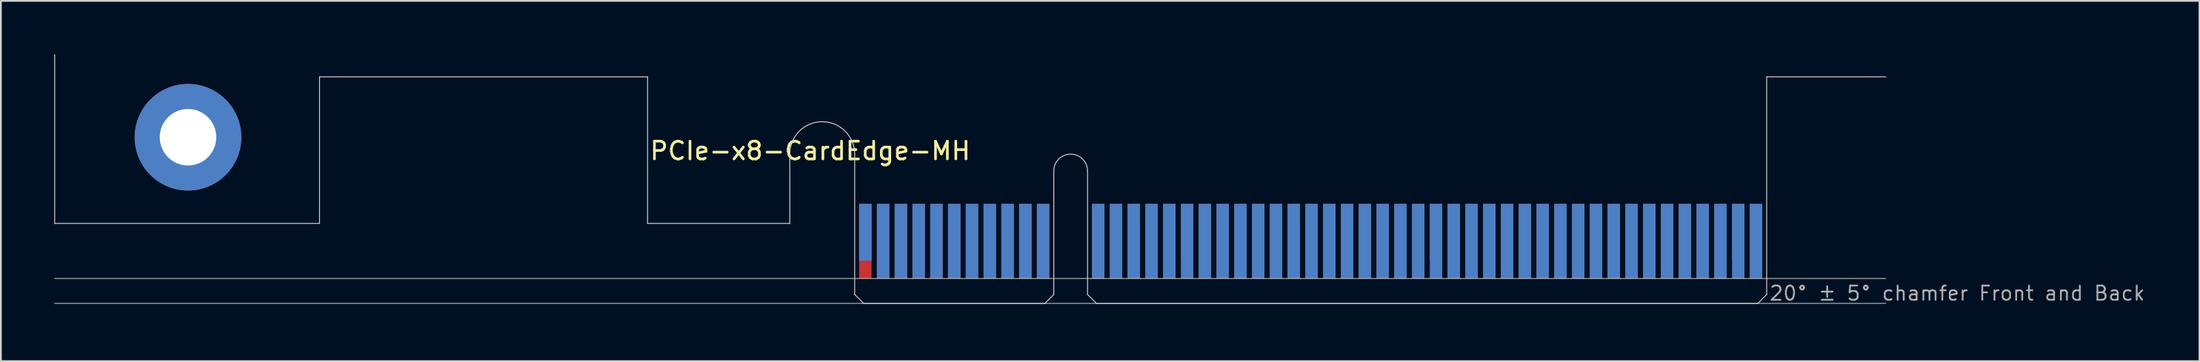
<source format=kicad_pcb>
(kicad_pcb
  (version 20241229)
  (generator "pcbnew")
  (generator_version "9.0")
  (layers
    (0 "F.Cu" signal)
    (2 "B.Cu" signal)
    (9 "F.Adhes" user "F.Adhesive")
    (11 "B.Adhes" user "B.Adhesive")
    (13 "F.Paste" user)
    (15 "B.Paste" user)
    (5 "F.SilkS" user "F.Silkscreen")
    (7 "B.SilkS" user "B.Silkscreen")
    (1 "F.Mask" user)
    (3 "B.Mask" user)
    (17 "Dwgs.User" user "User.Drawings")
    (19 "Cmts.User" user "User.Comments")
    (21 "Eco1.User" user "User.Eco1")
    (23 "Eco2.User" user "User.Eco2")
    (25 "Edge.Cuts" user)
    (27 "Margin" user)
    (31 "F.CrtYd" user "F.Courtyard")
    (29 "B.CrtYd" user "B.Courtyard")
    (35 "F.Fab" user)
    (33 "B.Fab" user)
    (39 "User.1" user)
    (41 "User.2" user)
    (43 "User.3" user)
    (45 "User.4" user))
  (footprint "PCIe-x8-CardEdge-MH"
    (layer "F.Cu")
    (at 45.025 14.025)
    (property "Reference" "PCIe-x8-CardEdge-MH" (at -11.6 -8 0) (layer "F.SilkS") (effects (font (size 1 1) (thickness 0.15)) (justify left bottom)))
    (attr exclude_from_pos_files exclude_from_bom)
    (fp_poly (pts (xy -3.65 -4.5) (xy -11.65 -4.5) (xy -11.65 -7.95) (xy -3.65 -7.95)) (stroke (width 0.1) (type solid)) (fill yes) (layer "F.Mask"))
    (fp_poly (pts (xy 11.2 -5.45) (xy 0 -5.45) (xy 0 0) (xy 11.2 0)) (stroke (width 0.1) (type solid)) (fill yes) (layer "F.Mask"))
    (fp_poly (pts (xy 51.3 -5.45) (xy 13.1 -5.45) (xy 13.1 0) (xy 51.3 0)) (stroke (width 0.1) (type solid)) (fill yes) (layer "F.Mask"))
    (fp_poly (pts (xy -3.65 -7.95) (xy -11.65 -7.95) (xy -11.65 -4.5) (xy -3.65 -4.5)) (stroke (width 0.1) (type solid)) (fill yes) (layer "B.Mask"))
    (fp_poly (pts (xy 11.2 0) (xy 0 0) (xy 0 -5.45) (xy 11.2 -5.45)) (stroke (width 0.1) (type solid)) (fill yes) (layer "B.Mask"))
    (fp_poly (pts (xy 51.3 -5.45) (xy 13.1 -5.45) (xy 13.1 0) (xy 51.3 0)) (stroke (width 0.1) (type solid)) (fill yes) (layer "B.Mask"))
    (fp_line (start -45 -4.5) (end -45 -14) (stroke (width 0.05) (type solid)) (layer "Edge.Cuts"))
    (fp_line (start -30.1 -12.75) (end -30.1 -4.5) (stroke (width 0.05) (type solid)) (layer "Edge.Cuts"))
    (fp_line (start -30.1 -4.5) (end -45 -4.5) (stroke (width 0.05) (type solid)) (layer "Edge.Cuts"))
    (fp_line (start -11.65 -12.75) (end -30.1 -12.75) (stroke (width 0.05) (type solid)) (layer "Edge.Cuts"))
    (fp_line (start -11.65 -4.5) (end -11.65 -12.75) (stroke (width 0.05) (type solid)) (layer "Edge.Cuts"))
    (fp_line (start -3.65 -4.5) (end -11.65 -4.5) (stroke (width 0.05) (type solid)) (layer "Edge.Cuts"))
    (fp_line (start -3.65 -4.5) (end -3.65 -8.4) (stroke (width 0.05) (type solid)) (layer "Edge.Cuts"))
    (fp_line (start 0 -0.5) (end 0 -8.4) (stroke (width 0.05) (type solid)) (layer "Edge.Cuts"))
    (fp_line (start 0.5 0) (end 0 -0.5) (stroke (width 0.05) (type solid)) (layer "Edge.Cuts"))
    (fp_line (start 0.5 0) (end 10.7 0) (stroke (width 0.05) (type solid)) (layer "Edge.Cuts"))
    (fp_line (start 10.7 0) (end 11.2 -0.5) (stroke (width 0.05) (type solid)) (layer "Edge.Cuts"))
    (fp_line (start 11.2 -0.5) (end 11.2 -7.45) (stroke (width 0.05) (type solid)) (layer "Edge.Cuts"))
    (fp_line (start 13.1 -0.5) (end 13.1 -7.45) (stroke (width 0.05) (type solid)) (layer "Edge.Cuts"))
    (fp_line (start 13.6 0) (end 13.1 -0.5) (stroke (width 0.05) (type solid)) (layer "Edge.Cuts"))
    (fp_line (start 50.8 0) (end 13.6 0) (stroke (width 0.05) (type solid)) (layer "Edge.Cuts"))
    (fp_line (start 50.8 0) (end 51.3 -0.5) (stroke (width 0.05) (type solid)) (layer "Edge.Cuts"))
    (fp_line (start 51.3 -12.75) (end 58 -12.75) (stroke (width 0.05) (type solid)) (layer "Edge.Cuts"))
    (fp_line (start 51.3 -0.5) (end 51.3 -12.75) (stroke (width 0.05) (type solid)) (layer "Edge.Cuts"))
    (fp_arc (start -3.65 -8.4) (mid -1.825 -10.225) (end 0 -8.4) (stroke (width 0.05) (type solid)) (layer "Edge.Cuts"))
    (fp_arc (start 11.2 -7.45) (mid 12.15 -8.4) (end 13.1 -7.45) (stroke (width 0.05) (type solid)) (layer "Edge.Cuts"))
    (fp_line (start -45 -1.4) (end 58 -1.4) (stroke (width 0.05) (type solid)) (layer "F.Fab"))
    (fp_line (start -45 0) (end 58 0) (stroke (width 0.05) (type solid)) (layer "F.Fab"))
    (fp_text user "20° ± 5° chamfer Front and Back" (at 51.4 -0.1 0) (layer "F.Fab") (effects (font (size 0.8 0.8) (thickness 0.1)) (justify left bottom)))
    (pad "A1" smd rect (at 0.6 -4) (size 0.7 3.2) (layers "B.Cu"))
    (pad "A2" smd rect (at 1.6 -3.5) (size 0.7 4.2) (layers "B.Cu"))
    (pad "A3" smd rect (at 2.6 -3.5) (size 0.7 4.2) (layers "B.Cu"))
    (pad "A4" smd rect (at 3.6 -3.5) (size 0.7 4.2) (layers "B.Cu"))
    (pad "A5" smd rect (at 4.6 -3.5) (size 0.7 4.2) (layers "B.Cu"))
    (pad "A6" smd rect (at 5.6 -3.5) (size 0.7 4.2) (layers "B.Cu"))
    (pad "A7" smd rect (at 6.6 -3.5) (size 0.7 4.2) (layers "B.Cu"))
    (pad "A8" smd rect (at 7.6 -3.5) (size 0.7 4.2) (layers "B.Cu"))
    (pad "A9" smd rect (at 8.6 -3.5) (size 0.7 4.2) (layers "B.Cu"))
    (pad "A10" smd rect (at 9.6 -3.5) (size 0.7 4.2) (layers "B.Cu"))
    (pad "A11" smd rect (at 10.6 -3.5) (size 0.7 4.2) (layers "B.Cu"))
    (pad "A12" smd rect (at 13.7 -3.5) (size 0.7 4.2) (layers "B.Cu"))
    (pad "A13" smd rect (at 14.7 -3.5) (size 0.7 4.2) (layers "B.Cu"))
    (pad "A14" smd rect (at 15.7 -3.5) (size 0.7 4.2) (layers "B.Cu"))
    (pad "A15" smd rect (at 16.7 -3.5) (size 0.7 4.2) (layers "B.Cu"))
    (pad "A16" smd rect (at 17.7 -3.5) (size 0.7 4.2) (layers "B.Cu"))
    (pad "A17" smd rect (at 18.7 -3.5) (size 0.7 4.2) (layers "B.Cu"))
    (pad "A18" smd rect (at 19.7 -3.5) (size 0.7 4.2) (layers "B.Cu"))
    (pad "A19" smd rect (at 20.7 -3.5) (size 0.7 4.2) (layers "B.Cu"))
    (pad "A20" smd rect (at 21.7 -3.5) (size 0.7 4.2) (layers "B.Cu"))
    (pad "A21" smd rect (at 22.7 -3.5) (size 0.7 4.2) (layers "B.Cu"))
    (pad "A22" smd rect (at 23.7 -3.5) (size 0.7 4.2) (layers "B.Cu"))
    (pad "A23" smd rect (at 24.7 -3.5) (size 0.7 4.2) (layers "B.Cu"))
    (pad "A24" smd rect (at 25.7 -3.5) (size 0.7 4.2) (layers "B.Cu"))
    (pad "A25" smd rect (at 26.7 -3.5) (size 0.7 4.2) (layers "B.Cu"))
    (pad "A26" smd rect (at 27.7 -3.5) (size 0.7 4.2) (layers "B.Cu"))
    (pad "A27" smd rect (at 28.7 -3.5) (size 0.7 4.2) (layers "B.Cu"))
    (pad "A28" smd rect (at 29.7 -3.5) (size 0.7 4.2) (layers "B.Cu"))
    (pad "A29" smd rect (at 30.7 -3.5) (size 0.7 4.2) (layers "B.Cu"))
    (pad "A30" smd rect (at 31.7 -3.5) (size 0.7 4.2) (layers "B.Cu"))
    (pad "A31" smd rect (at 32.7 -3.5) (size 0.7 4.2) (layers "B.Cu"))
    (pad "A32" smd rect (at 33.7 -3.5) (size 0.7 4.2) (layers "B.Cu"))
    (pad "A33" smd rect (at 34.7 -3.5) (size 0.7 4.2) (layers "B.Cu"))
    (pad "A34" smd rect (at 35.7 -3.5) (size 0.7 4.2) (layers "B.Cu"))
    (pad "A35" smd rect (at 36.7 -3.5) (size 0.7 4.2) (layers "B.Cu"))
    (pad "A36" smd rect (at 37.7 -3.5) (size 0.7 4.2) (layers "B.Cu"))
    (pad "A37" smd rect (at 38.7 -3.5) (size 0.7 4.2) (layers "B.Cu"))
    (pad "A38" smd rect (at 39.7 -3.5) (size 0.7 4.2) (layers "B.Cu"))
    (pad "A39" smd rect (at 40.7 -3.5) (size 0.7 4.2) (layers "B.Cu"))
    (pad "A40" smd rect (at 41.7 -3.5) (size 0.7 4.2) (layers "B.Cu"))
    (pad "A41" smd rect (at 42.7 -3.5) (size 0.7 4.2) (layers "B.Cu"))
    (pad "A42" smd rect (at 43.7 -3.5) (size 0.7 4.2) (layers "B.Cu"))
    (pad "A43" smd rect (at 44.7 -3.5) (size 0.7 4.2) (layers "B.Cu"))
    (pad "A44" smd rect (at 45.7 -3.5) (size 0.7 4.2) (layers "B.Cu"))
    (pad "A45" smd rect (at 46.7 -3.5) (size 0.7 4.2) (layers "B.Cu"))
    (pad "A46" smd rect (at 47.7 -3.5) (size 0.7 4.2) (layers "B.Cu"))
    (pad "A47" smd rect (at 48.7 -3.5) (size 0.7 4.2) (layers "B.Cu"))
    (pad "A48" smd rect (at 49.7 -3.5) (size 0.7 4.2) (layers "B.Cu"))
    (pad "A49" smd rect (at 50.7 -3.5) (size 0.7 4.2) (layers "B.Cu"))
    (pad "B1" smd rect (at 0.6 -3.5) (size 0.7 4.2) (layers "F.Cu"))
    (pad "B2" smd rect (at 1.6 -3.5) (size 0.7 4.2) (layers "F.Cu"))
    (pad "B3" smd rect (at 2.6 -3.5) (size 0.7 4.2) (layers "F.Cu"))
    (pad "B4" smd rect (at 3.6 -3.5) (size 0.7 4.2) (layers "F.Cu"))
    (pad "B5" smd rect (at 4.6 -3.5) (size 0.7 4.2) (layers "F.Cu"))
    (pad "B6" smd rect (at 5.6 -3.5) (size 0.7 4.2) (layers "F.Cu"))
    (pad "B7" smd rect (at 6.6 -3.5) (size 0.7 4.2) (layers "F.Cu"))
    (pad "B8" smd rect (at 7.6 -3.5) (size 0.7 4.2) (layers "F.Cu"))
    (pad "B9" smd rect (at 8.6 -3.5) (size 0.7 4.2) (layers "F.Cu"))
    (pad "B10" smd rect (at 9.6 -3.5) (size 0.7 4.2) (layers "F.Cu"))
    (pad "B11" smd rect (at 10.6 -3.5) (size 0.7 4.2) (layers "F.Cu"))
    (pad "B12" smd rect (at 13.7 -3.5) (size 0.7 4.2) (layers "F.Cu"))
    (pad "B13" smd rect (at 14.7 -3.5) (size 0.7 4.2) (layers "F.Cu"))
    (pad "B14" smd rect (at 15.7 -3.5) (size 0.7 4.2) (layers "F.Cu"))
    (pad "B15" smd rect (at 16.7 -3.5) (size 0.7 4.2) (layers "F.Cu"))
    (pad "B16" smd rect (at 17.7 -3.5) (size 0.7 4.2) (layers "F.Cu"))
    (pad "B17" smd rect (at 18.7 -4) (size 0.7 3.2) (layers "F.Cu"))
    (pad "B18" smd rect (at 19.7 -3.5) (size 0.7 4.2) (layers "F.Cu"))
    (pad "B19" smd rect (at 20.7 -3.5) (size 0.7 4.2) (layers "F.Cu"))
    (pad "B20" smd rect (at 21.7 -3.5) (size 0.7 4.2) (layers "F.Cu"))
    (pad "B21" smd rect (at 22.7 -3.5) (size 0.7 4.2) (layers "F.Cu"))
    (pad "B22" smd rect (at 23.7 -3.5) (size 0.7 4.2) (layers "F.Cu"))
    (pad "B23" smd rect (at 24.7 -3.5) (size 0.7 4.2) (layers "F.Cu"))
    (pad "B24" smd rect (at 25.7 -3.5) (size 0.7 4.2) (layers "F.Cu"))
    (pad "B25" smd rect (at 26.7 -3.5) (size 0.7 4.2) (layers "F.Cu"))
    (pad "B26" smd rect (at 27.7 -3.5) (size 0.7 4.2) (layers "F.Cu"))
    (pad "B27" smd rect (at 28.7 -3.5) (size 0.7 4.2) (layers "F.Cu"))
    (pad "B28" smd rect (at 29.7 -3.5) (size 0.7 4.2) (layers "F.Cu"))
    (pad "B29" smd rect (at 30.7 -3.5) (size 0.7 4.2) (layers "F.Cu"))
    (pad "B30" smd rect (at 31.7 -3.5) (size 0.7 4.2) (layers "F.Cu"))
    (pad "B31" smd rect (at 32.7 -4) (size 0.7 3.2) (layers "F.Cu"))
    (pad "B32" smd rect (at 33.7 -3.5) (size 0.7 4.2) (layers "F.Cu"))
    (pad "B33" smd rect (at 34.7 -3.5) (size 0.7 4.2) (layers "F.Cu"))
    (pad "B34" smd rect (at 35.7 -3.5) (size 0.7 4.2) (layers "F.Cu"))
    (pad "B35" smd rect (at 36.7 -3.5) (size 0.7 4.2) (layers "F.Cu"))
    (pad "B36" smd rect (at 37.7 -3.5) (size 0.7 4.2) (layers "F.Cu"))
    (pad "B37" smd rect (at 38.7 -3.5) (size 0.7 4.2) (layers "F.Cu"))
    (pad "B38" smd rect (at 39.7 -3.5) (size 0.7 4.2) (layers "F.Cu"))
    (pad "B39" smd rect (at 40.7 -3.5) (size 0.7 4.2) (layers "F.Cu"))
    (pad "B40" smd rect (at 41.7 -3.5) (size 0.7 4.2) (layers "F.Cu"))
    (pad "B41" smd rect (at 42.7 -3.5) (size 0.7 4.2) (layers "F.Cu"))
    (pad "B42" smd rect (at 43.7 -3.5) (size 0.7 4.2) (layers "F.Cu"))
    (pad "B43" smd rect (at 44.7 -3.5) (size 0.7 4.2) (layers "F.Cu"))
    (pad "B44" smd rect (at 45.7 -3.5) (size 0.7 4.2) (layers "F.Cu"))
    (pad "B45" smd rect (at 46.7 -3.5) (size 0.7 4.2) (layers "F.Cu"))
    (pad "B46" smd rect (at 47.7 -3.5) (size 0.7 4.2) (layers "F.Cu"))
    (pad "B47" smd rect (at 48.7 -3.5) (size 0.7 4.2) (layers "F.Cu"))
    (pad "B48" smd rect (at 49.7 -4) (size 0.7 3.2) (layers "F.Cu"))
    (pad "B49" smd rect (at 50.7 -3.5) (size 0.7 4.2) (layers "F.Cu"))
    (pad "GND" thru_hole circle (at -37.5 -9.35) (size 6 6) (drill 3.18) (layers "*.Cu" "*.Mask")))
  (gr_rect
    (start -3 -3)
    (end 120.67 17.275)
    (stroke (width 0.1) (type default))
    (fill no)
    (layer "Edge.Cuts")))
</source>
